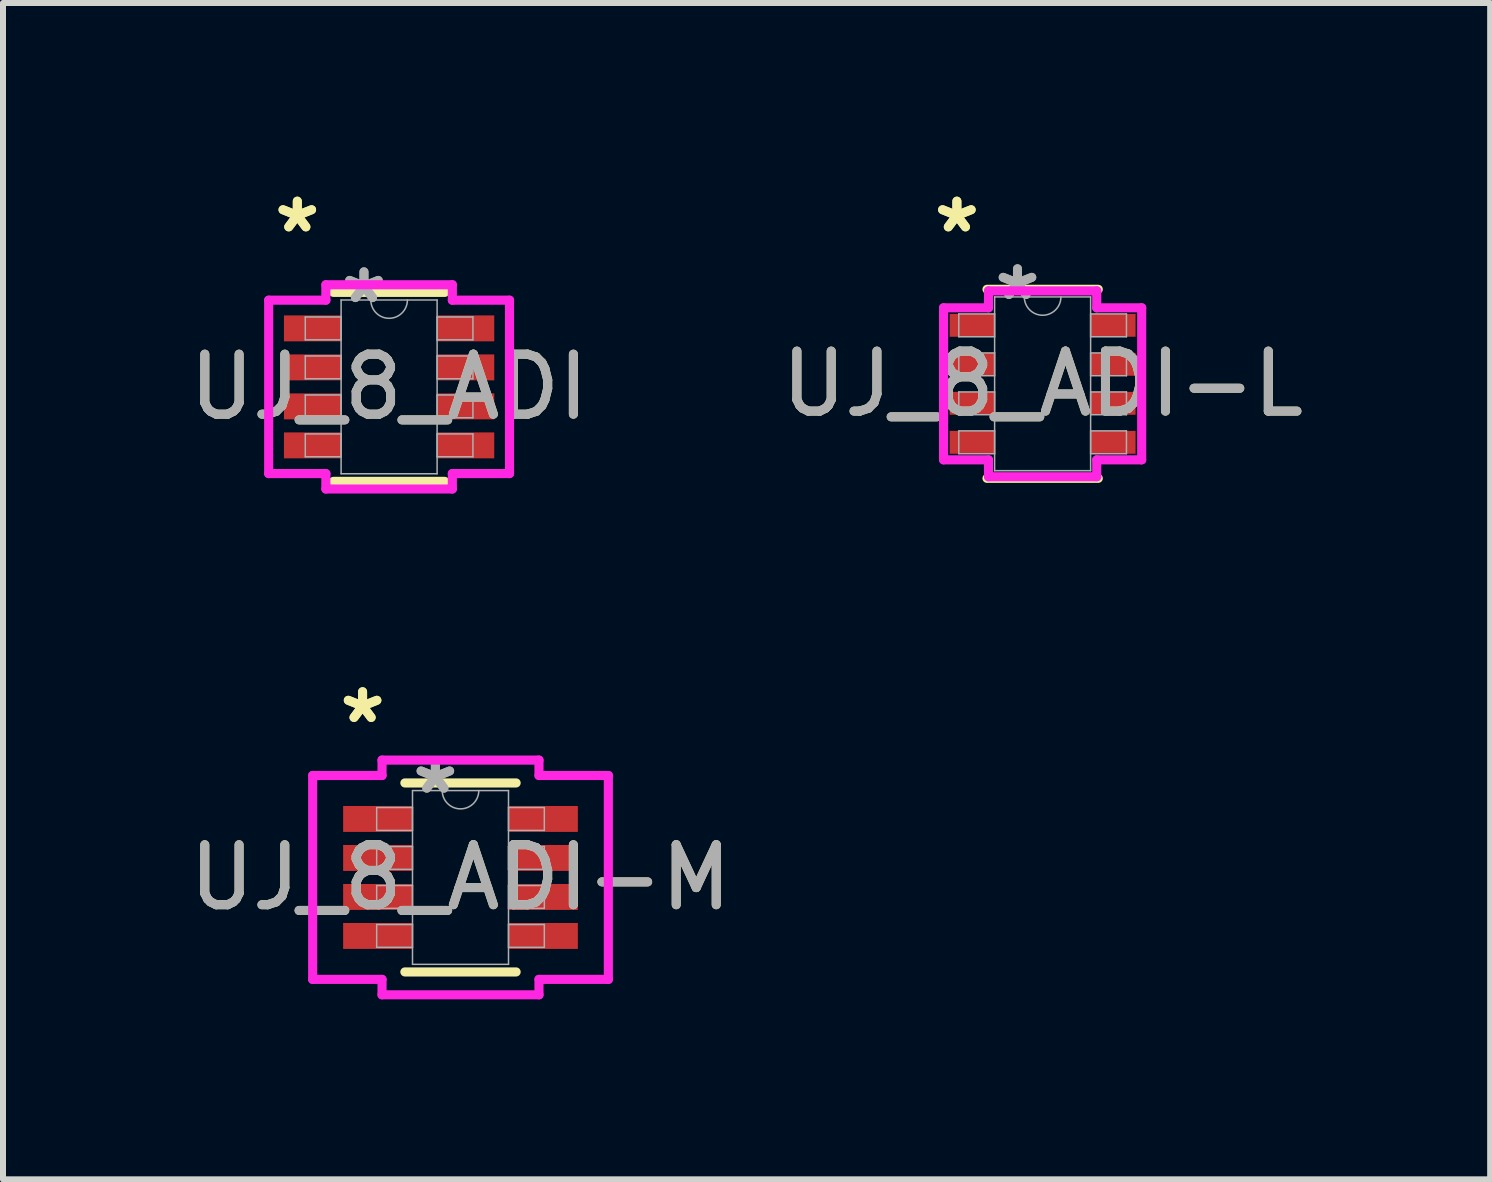
<source format=kicad_pcb>
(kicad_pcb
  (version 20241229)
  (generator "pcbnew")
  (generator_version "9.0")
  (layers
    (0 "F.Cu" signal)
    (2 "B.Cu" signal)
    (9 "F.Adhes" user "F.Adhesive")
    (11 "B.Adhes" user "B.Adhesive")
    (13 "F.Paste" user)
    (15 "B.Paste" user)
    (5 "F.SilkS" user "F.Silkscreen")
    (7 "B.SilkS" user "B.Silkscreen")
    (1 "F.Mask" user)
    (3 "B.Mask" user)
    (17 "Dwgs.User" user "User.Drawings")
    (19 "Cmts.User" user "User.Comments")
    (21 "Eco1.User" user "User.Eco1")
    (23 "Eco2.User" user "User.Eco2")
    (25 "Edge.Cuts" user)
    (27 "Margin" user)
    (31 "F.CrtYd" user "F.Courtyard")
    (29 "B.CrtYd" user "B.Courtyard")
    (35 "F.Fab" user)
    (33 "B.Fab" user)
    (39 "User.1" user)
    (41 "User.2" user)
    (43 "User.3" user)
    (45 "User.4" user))
  (footprint "UJ_8_ADI"
    (layer "F.Cu")
    (at 3.435 3.398)
    (property "Reference" "UJ_8_ADI" (at 0 0 0) (unlocked yes) (layer "F.SilkS") (effects (font (size 1 1) (thickness 0.15))))
    (attr smd)
    (fp_line (start -0.927 1.575) (end 0.927 1.575) (stroke (width 0.152) (type solid)) (layer "F.SilkS"))
    (fp_line (start 0.927 -1.575) (end -0.927 -1.575) (stroke (width 0.152) (type solid)) (layer "F.SilkS"))
    (fp_line (start -2.007 -1.445) (end -1.054 -1.445) (stroke (width 0.152) (type solid)) (layer "F.CrtYd"))
    (fp_line (start -2.007 1.445) (end -2.007 -1.445) (stroke (width 0.152) (type solid)) (layer "F.CrtYd"))
    (fp_line (start -2.007 1.445) (end -1.054 1.445) (stroke (width 0.152) (type solid)) (layer "F.CrtYd"))
    (fp_line (start -1.054 -1.702) (end 1.054 -1.702) (stroke (width 0.152) (type solid)) (layer "F.CrtYd"))
    (fp_line (start -1.054 -1.445) (end -1.054 -1.702) (stroke (width 0.152) (type solid)) (layer "F.CrtYd"))
    (fp_line (start -1.054 1.702) (end -1.054 1.445) (stroke (width 0.152) (type solid)) (layer "F.CrtYd"))
    (fp_line (start 1.054 -1.702) (end 1.054 -1.445) (stroke (width 0.152) (type solid)) (layer "F.CrtYd"))
    (fp_line (start 1.054 1.445) (end 1.054 1.702) (stroke (width 0.152) (type solid)) (layer "F.CrtYd"))
    (fp_line (start 1.054 1.702) (end -1.054 1.702) (stroke (width 0.152) (type solid)) (layer "F.CrtYd"))
    (fp_line (start 2.007 -1.445) (end 1.054 -1.445) (stroke (width 0.152) (type solid)) (layer "F.CrtYd"))
    (fp_line (start 2.007 -1.445) (end 2.007 1.445) (stroke (width 0.152) (type solid)) (layer "F.CrtYd"))
    (fp_line (start 2.007 1.445) (end 1.054 1.445) (stroke (width 0.152) (type solid)) (layer "F.CrtYd"))
    (fp_line (start -1.397 -1.165) (end -1.397 -0.784) (stroke (width 0.025) (type solid)) (layer "F.Fab"))
    (fp_line (start -1.397 -0.784) (end -0.8 -0.784) (stroke (width 0.025) (type solid)) (layer "F.Fab"))
    (fp_line (start -1.397 -0.515) (end -1.397 -0.135) (stroke (width 0.025) (type solid)) (layer "F.Fab"))
    (fp_line (start -1.397 -0.135) (end -0.8 -0.135) (stroke (width 0.025) (type solid)) (layer "F.Fab"))
    (fp_line (start -1.397 0.135) (end -1.397 0.515) (stroke (width 0.025) (type solid)) (layer "F.Fab"))
    (fp_line (start -1.397 0.515) (end -0.8 0.515) (stroke (width 0.025) (type solid)) (layer "F.Fab"))
    (fp_line (start -1.397 0.784) (end -1.397 1.165) (stroke (width 0.025) (type solid)) (layer "F.Fab"))
    (fp_line (start -1.397 1.165) (end -0.8 1.165) (stroke (width 0.025) (type solid)) (layer "F.Fab"))
    (fp_line (start -0.8 -1.448) (end -0.8 1.448) (stroke (width 0.025) (type solid)) (layer "F.Fab"))
    (fp_line (start -0.8 -1.165) (end -1.397 -1.165) (stroke (width 0.025) (type solid)) (layer "F.Fab"))
    (fp_line (start -0.8 -0.784) (end -0.8 -1.165) (stroke (width 0.025) (type solid)) (layer "F.Fab"))
    (fp_line (start -0.8 -0.515) (end -1.397 -0.515) (stroke (width 0.025) (type solid)) (layer "F.Fab"))
    (fp_line (start -0.8 -0.135) (end -0.8 -0.515) (stroke (width 0.025) (type solid)) (layer "F.Fab"))
    (fp_line (start -0.8 0.135) (end -1.397 0.135) (stroke (width 0.025) (type solid)) (layer "F.Fab"))
    (fp_line (start -0.8 0.515) (end -0.8 0.135) (stroke (width 0.025) (type solid)) (layer "F.Fab"))
    (fp_line (start -0.8 0.784) (end -1.397 0.784) (stroke (width 0.025) (type solid)) (layer "F.Fab"))
    (fp_line (start -0.8 1.165) (end -0.8 0.784) (stroke (width 0.025) (type solid)) (layer "F.Fab"))
    (fp_line (start -0.8 1.448) (end 0.8 1.448) (stroke (width 0.025) (type solid)) (layer "F.Fab"))
    (fp_line (start 0.8 -1.448) (end -0.8 -1.448) (stroke (width 0.025) (type solid)) (layer "F.Fab"))
    (fp_line (start 0.8 -1.165) (end 0.8 -0.784) (stroke (width 0.025) (type solid)) (layer "F.Fab"))
    (fp_line (start 0.8 -0.784) (end 1.397 -0.784) (stroke (width 0.025) (type solid)) (layer "F.Fab"))
    (fp_line (start 0.8 -0.515) (end 0.8 -0.135) (stroke (width 0.025) (type solid)) (layer "F.Fab"))
    (fp_line (start 0.8 -0.135) (end 1.397 -0.135) (stroke (width 0.025) (type solid)) (layer "F.Fab"))
    (fp_line (start 0.8 0.135) (end 0.8 0.515) (stroke (width 0.025) (type solid)) (layer "F.Fab"))
    (fp_line (start 0.8 0.515) (end 1.397 0.515) (stroke (width 0.025) (type solid)) (layer "F.Fab"))
    (fp_line (start 0.8 0.784) (end 0.8 1.165) (stroke (width 0.025) (type solid)) (layer "F.Fab"))
    (fp_line (start 0.8 1.165) (end 1.397 1.165) (stroke (width 0.025) (type solid)) (layer "F.Fab"))
    (fp_line (start 0.8 1.448) (end 0.8 -1.448) (stroke (width 0.025) (type solid)) (layer "F.Fab"))
    (fp_line (start 1.397 -1.165) (end 0.8 -1.165) (stroke (width 0.025) (type solid)) (layer "F.Fab"))
    (fp_line (start 1.397 -0.784) (end 1.397 -1.165) (stroke (width 0.025) (type solid)) (layer "F.Fab"))
    (fp_line (start 1.397 -0.515) (end 0.8 -0.515) (stroke (width 0.025) (type solid)) (layer "F.Fab"))
    (fp_line (start 1.397 -0.135) (end 1.397 -0.515) (stroke (width 0.025) (type solid)) (layer "F.Fab"))
    (fp_line (start 1.397 0.135) (end 0.8 0.135) (stroke (width 0.025) (type solid)) (layer "F.Fab"))
    (fp_line (start 1.397 0.515) (end 1.397 0.135) (stroke (width 0.025) (type solid)) (layer "F.Fab"))
    (fp_line (start 1.397 0.784) (end 0.8 0.784) (stroke (width 0.025) (type solid)) (layer "F.Fab"))
    (fp_line (start 1.397 1.165) (end 1.397 0.784) (stroke (width 0.025) (type solid)) (layer "F.Fab"))
    (fp_arc (start 0.3048 -1.4478) (mid 0 -1.143) (end -0.3048 -1.4478) (stroke (width 0.0254) (type solid)) (layer "F.Fab"))
    (fp_text user "*" (at -1.53 -2.55 0) (unlocked yes) (layer "F.SilkS") (effects (font (size 1 1) (thickness 0.15))))
    (fp_text user "*" (at -1.53 -2.55 0) (layer "F.SilkS") (effects (font (size 1 1) (thickness 0.15))))
    (fp_text user "*" (at -0.419 -1.372 0) (unlocked yes) (layer "F.Fab") (effects (font (size 1 1) (thickness 0.15))))
    (fp_text user "*" (at -0.419 -1.372 0) (layer "F.Fab") (effects (font (size 1 1) (thickness 0.15))))
    (fp_text user "${REFERENCE}" (at 0 0 0) (unlocked yes) (layer "F.Fab") (effects (font (size 1 1) (thickness 0.15))))
    (pad "1" smd rect (at -1.276 -0.975) (size 0.953 0.432) (layers "F.Cu" "F.Mask" "F.Paste"))
    (pad "2" smd rect (at -1.276 -0.325) (size 0.953 0.432) (layers "F.Cu" "F.Mask" "F.Paste"))
    (pad "3" smd rect (at -1.276 0.325) (size 0.953 0.432) (layers "F.Cu" "F.Mask" "F.Paste"))
    (pad "4" smd rect (at -1.276 0.975) (size 0.953 0.432) (layers "F.Cu" "F.Mask" "F.Paste"))
    (pad "5" smd rect (at 1.276 0.975) (size 0.953 0.432) (layers "F.Cu" "F.Mask" "F.Paste"))
    (pad "6" smd rect (at 1.276 0.325) (size 0.953 0.432) (layers "F.Cu" "F.Mask" "F.Paste"))
    (pad "7" smd rect (at 1.276 -0.325) (size 0.953 0.432) (layers "F.Cu" "F.Mask" "F.Paste"))
    (pad "8" smd rect (at 1.276 -0.975) (size 0.953 0.432) (layers "F.Cu" "F.Mask" "F.Paste")))
  (footprint "UJ_8_ADI-M"
    (layer "F.Cu")
    (at 4.625 11.574)
    (property "Reference" "UJ_8_ADI-M" (at 0 0 0) (unlocked yes) (layer "F.SilkS") (effects (font (size 1 1) (thickness 0.15))))
    (attr smd)
    (fp_line (start -0.927 1.575) (end 0.927 1.575) (stroke (width 0.152) (type solid)) (layer "F.SilkS"))
    (fp_line (start 0.927 -1.575) (end -0.927 -1.575) (stroke (width 0.152) (type solid)) (layer "F.SilkS"))
    (fp_line (start -2.464 -1.699) (end -1.308 -1.699) (stroke (width 0.152) (type solid)) (layer "F.CrtYd"))
    (fp_line (start -2.464 1.699) (end -2.464 -1.699) (stroke (width 0.152) (type solid)) (layer "F.CrtYd"))
    (fp_line (start -2.464 1.699) (end -1.308 1.699) (stroke (width 0.152) (type solid)) (layer "F.CrtYd"))
    (fp_line (start -1.308 -1.956) (end 1.308 -1.956) (stroke (width 0.152) (type solid)) (layer "F.CrtYd"))
    (fp_line (start -1.308 -1.699) (end -1.308 -1.956) (stroke (width 0.152) (type solid)) (layer "F.CrtYd"))
    (fp_line (start -1.308 1.956) (end -1.308 1.699) (stroke (width 0.152) (type solid)) (layer "F.CrtYd"))
    (fp_line (start 1.308 -1.956) (end 1.308 -1.699) (stroke (width 0.152) (type solid)) (layer "F.CrtYd"))
    (fp_line (start 1.308 1.699) (end 1.308 1.956) (stroke (width 0.152) (type solid)) (layer "F.CrtYd"))
    (fp_line (start 1.308 1.956) (end -1.308 1.956) (stroke (width 0.152) (type solid)) (layer "F.CrtYd"))
    (fp_line (start 2.464 -1.699) (end 1.308 -1.699) (stroke (width 0.152) (type solid)) (layer "F.CrtYd"))
    (fp_line (start 2.464 -1.699) (end 2.464 1.699) (stroke (width 0.152) (type solid)) (layer "F.CrtYd"))
    (fp_line (start 2.464 1.699) (end 1.308 1.699) (stroke (width 0.152) (type solid)) (layer "F.CrtYd"))
    (fp_line (start -1.397 -1.165) (end -1.397 -0.784) (stroke (width 0.025) (type solid)) (layer "F.Fab"))
    (fp_line (start -1.397 -0.784) (end -0.8 -0.784) (stroke (width 0.025) (type solid)) (layer "F.Fab"))
    (fp_line (start -1.397 -0.515) (end -1.397 -0.135) (stroke (width 0.025) (type solid)) (layer "F.Fab"))
    (fp_line (start -1.397 -0.135) (end -0.8 -0.135) (stroke (width 0.025) (type solid)) (layer "F.Fab"))
    (fp_line (start -1.397 0.135) (end -1.397 0.515) (stroke (width 0.025) (type solid)) (layer "F.Fab"))
    (fp_line (start -1.397 0.515) (end -0.8 0.515) (stroke (width 0.025) (type solid)) (layer "F.Fab"))
    (fp_line (start -1.397 0.784) (end -1.397 1.165) (stroke (width 0.025) (type solid)) (layer "F.Fab"))
    (fp_line (start -1.397 1.165) (end -0.8 1.165) (stroke (width 0.025) (type solid)) (layer "F.Fab"))
    (fp_line (start -0.8 -1.448) (end -0.8 1.448) (stroke (width 0.025) (type solid)) (layer "F.Fab"))
    (fp_line (start -0.8 -1.165) (end -1.397 -1.165) (stroke (width 0.025) (type solid)) (layer "F.Fab"))
    (fp_line (start -0.8 -0.784) (end -0.8 -1.165) (stroke (width 0.025) (type solid)) (layer "F.Fab"))
    (fp_line (start -0.8 -0.515) (end -1.397 -0.515) (stroke (width 0.025) (type solid)) (layer "F.Fab"))
    (fp_line (start -0.8 -0.135) (end -0.8 -0.515) (stroke (width 0.025) (type solid)) (layer "F.Fab"))
    (fp_line (start -0.8 0.135) (end -1.397 0.135) (stroke (width 0.025) (type solid)) (layer "F.Fab"))
    (fp_line (start -0.8 0.515) (end -0.8 0.135) (stroke (width 0.025) (type solid)) (layer "F.Fab"))
    (fp_line (start -0.8 0.784) (end -1.397 0.784) (stroke (width 0.025) (type solid)) (layer "F.Fab"))
    (fp_line (start -0.8 1.165) (end -0.8 0.784) (stroke (width 0.025) (type solid)) (layer "F.Fab"))
    (fp_line (start -0.8 1.448) (end 0.8 1.448) (stroke (width 0.025) (type solid)) (layer "F.Fab"))
    (fp_line (start 0.8 -1.448) (end -0.8 -1.448) (stroke (width 0.025) (type solid)) (layer "F.Fab"))
    (fp_line (start 0.8 -1.165) (end 0.8 -0.784) (stroke (width 0.025) (type solid)) (layer "F.Fab"))
    (fp_line (start 0.8 -0.784) (end 1.397 -0.784) (stroke (width 0.025) (type solid)) (layer "F.Fab"))
    (fp_line (start 0.8 -0.515) (end 0.8 -0.135) (stroke (width 0.025) (type solid)) (layer "F.Fab"))
    (fp_line (start 0.8 -0.135) (end 1.397 -0.135) (stroke (width 0.025) (type solid)) (layer "F.Fab"))
    (fp_line (start 0.8 0.135) (end 0.8 0.515) (stroke (width 0.025) (type solid)) (layer "F.Fab"))
    (fp_line (start 0.8 0.515) (end 1.397 0.515) (stroke (width 0.025) (type solid)) (layer "F.Fab"))
    (fp_line (start 0.8 0.784) (end 0.8 1.165) (stroke (width 0.025) (type solid)) (layer "F.Fab"))
    (fp_line (start 0.8 1.165) (end 1.397 1.165) (stroke (width 0.025) (type solid)) (layer "F.Fab"))
    (fp_line (start 0.8 1.448) (end 0.8 -1.448) (stroke (width 0.025) (type solid)) (layer "F.Fab"))
    (fp_line (start 1.397 -1.165) (end 0.8 -1.165) (stroke (width 0.025) (type solid)) (layer "F.Fab"))
    (fp_line (start 1.397 -0.784) (end 1.397 -1.165) (stroke (width 0.025) (type solid)) (layer "F.Fab"))
    (fp_line (start 1.397 -0.515) (end 0.8 -0.515) (stroke (width 0.025) (type solid)) (layer "F.Fab"))
    (fp_line (start 1.397 -0.135) (end 1.397 -0.515) (stroke (width 0.025) (type solid)) (layer "F.Fab"))
    (fp_line (start 1.397 0.135) (end 0.8 0.135) (stroke (width 0.025) (type solid)) (layer "F.Fab"))
    (fp_line (start 1.397 0.515) (end 1.397 0.135) (stroke (width 0.025) (type solid)) (layer "F.Fab"))
    (fp_line (start 1.397 0.784) (end 0.8 0.784) (stroke (width 0.025) (type solid)) (layer "F.Fab"))
    (fp_line (start 1.397 1.165) (end 1.397 0.784) (stroke (width 0.025) (type solid)) (layer "F.Fab"))
    (fp_arc (start 0.3048 -1.4478) (mid 0 -1.143) (end -0.3048 -1.4478) (stroke (width 0.0254) (type solid)) (layer "F.Fab"))
    (fp_text user "*" (at -1.632 -2.55 0) (unlocked yes) (layer "F.SilkS") (effects (font (size 1 1) (thickness 0.15))))
    (fp_text user "*" (at -1.632 -2.55 0) (layer "F.SilkS") (effects (font (size 1 1) (thickness 0.15))))
    (fp_text user "*" (at -0.419 -1.372 0) (layer "F.Fab") (effects (font (size 1 1) (thickness 0.15))))
    (fp_text user "*" (at -0.419 -1.372 0) (unlocked yes) (layer "F.Fab") (effects (font (size 1 1) (thickness 0.15))))
    (fp_text user "${REFERENCE}" (at 0 0 0) (unlocked yes) (layer "F.Fab") (effects (font (size 1 1) (thickness 0.15))))
    (pad "1" smd rect (at -1.378 -0.975) (size 1.156 0.432) (layers "F.Cu" "F.Mask" "F.Paste"))
    (pad "2" smd rect (at -1.378 -0.325) (size 1.156 0.432) (layers "F.Cu" "F.Mask" "F.Paste"))
    (pad "3" smd rect (at -1.378 0.325) (size 1.156 0.432) (layers "F.Cu" "F.Mask" "F.Paste"))
    (pad "4" smd rect (at -1.378 0.975) (size 1.156 0.432) (layers "F.Cu" "F.Mask" "F.Paste"))
    (pad "5" smd rect (at 1.378 0.975) (size 1.156 0.432) (layers "F.Cu" "F.Mask" "F.Paste"))
    (pad "6" smd rect (at 1.378 0.325) (size 1.156 0.432) (layers "F.Cu" "F.Mask" "F.Paste"))
    (pad "7" smd rect (at 1.378 -0.325) (size 1.156 0.432) (layers "F.Cu" "F.Mask" "F.Paste"))
    (pad "8" smd rect (at 1.378 -0.975) (size 1.156 0.432) (layers "F.Cu" "F.Mask" "F.Paste")))
  (footprint "UJ_8_ADI-L"
    (layer "F.Cu")
    (at 14.327 3.347)
    (property "Reference" "UJ_8_ADI-L" (at 0 0 0) (unlocked yes) (layer "F.SilkS") (effects (font (size 1 1) (thickness 0.15))))
    (attr smd)
    (fp_line (start -0.927 1.575) (end 0.927 1.575) (stroke (width 0.152) (type solid)) (layer "F.SilkS"))
    (fp_line (start 0.927 -1.575) (end -0.927 -1.575) (stroke (width 0.152) (type solid)) (layer "F.SilkS"))
    (fp_line (start -1.651 -1.267) (end -0.902 -1.267) (stroke (width 0.152) (type solid)) (layer "F.CrtYd"))
    (fp_line (start -1.651 1.267) (end -1.651 -1.267) (stroke (width 0.152) (type solid)) (layer "F.CrtYd"))
    (fp_line (start -1.651 1.267) (end -0.902 1.267) (stroke (width 0.152) (type solid)) (layer "F.CrtYd"))
    (fp_line (start -0.902 -1.549) (end 0.902 -1.549) (stroke (width 0.152) (type solid)) (layer "F.CrtYd"))
    (fp_line (start -0.902 -1.267) (end -0.902 -1.549) (stroke (width 0.152) (type solid)) (layer "F.CrtYd"))
    (fp_line (start -0.902 1.549) (end -0.902 1.267) (stroke (width 0.152) (type solid)) (layer "F.CrtYd"))
    (fp_line (start 0.902 -1.549) (end 0.902 -1.267) (stroke (width 0.152) (type solid)) (layer "F.CrtYd"))
    (fp_line (start 0.902 1.267) (end 0.902 1.549) (stroke (width 0.152) (type solid)) (layer "F.CrtYd"))
    (fp_line (start 0.902 1.549) (end -0.902 1.549) (stroke (width 0.152) (type solid)) (layer "F.CrtYd"))
    (fp_line (start 1.651 -1.267) (end 0.902 -1.267) (stroke (width 0.152) (type solid)) (layer "F.CrtYd"))
    (fp_line (start 1.651 -1.267) (end 1.651 1.267) (stroke (width 0.152) (type solid)) (layer "F.CrtYd"))
    (fp_line (start 1.651 1.267) (end 0.902 1.267) (stroke (width 0.152) (type solid)) (layer "F.CrtYd"))
    (fp_line (start -1.397 -1.165) (end -1.397 -0.784) (stroke (width 0.025) (type solid)) (layer "F.Fab"))
    (fp_line (start -1.397 -0.784) (end -0.8 -0.784) (stroke (width 0.025) (type solid)) (layer "F.Fab"))
    (fp_line (start -1.397 -0.515) (end -1.397 -0.135) (stroke (width 0.025) (type solid)) (layer "F.Fab"))
    (fp_line (start -1.397 -0.135) (end -0.8 -0.135) (stroke (width 0.025) (type solid)) (layer "F.Fab"))
    (fp_line (start -1.397 0.135) (end -1.397 0.515) (stroke (width 0.025) (type solid)) (layer "F.Fab"))
    (fp_line (start -1.397 0.515) (end -0.8 0.515) (stroke (width 0.025) (type solid)) (layer "F.Fab"))
    (fp_line (start -1.397 0.784) (end -1.397 1.165) (stroke (width 0.025) (type solid)) (layer "F.Fab"))
    (fp_line (start -1.397 1.165) (end -0.8 1.165) (stroke (width 0.025) (type solid)) (layer "F.Fab"))
    (fp_line (start -0.8 -1.448) (end -0.8 1.448) (stroke (width 0.025) (type solid)) (layer "F.Fab"))
    (fp_line (start -0.8 -1.165) (end -1.397 -1.165) (stroke (width 0.025) (type solid)) (layer "F.Fab"))
    (fp_line (start -0.8 -0.784) (end -0.8 -1.165) (stroke (width 0.025) (type solid)) (layer "F.Fab"))
    (fp_line (start -0.8 -0.515) (end -1.397 -0.515) (stroke (width 0.025) (type solid)) (layer "F.Fab"))
    (fp_line (start -0.8 -0.135) (end -0.8 -0.515) (stroke (width 0.025) (type solid)) (layer "F.Fab"))
    (fp_line (start -0.8 0.135) (end -1.397 0.135) (stroke (width 0.025) (type solid)) (layer "F.Fab"))
    (fp_line (start -0.8 0.515) (end -0.8 0.135) (stroke (width 0.025) (type solid)) (layer "F.Fab"))
    (fp_line (start -0.8 0.784) (end -1.397 0.784) (stroke (width 0.025) (type solid)) (layer "F.Fab"))
    (fp_line (start -0.8 1.165) (end -0.8 0.784) (stroke (width 0.025) (type solid)) (layer "F.Fab"))
    (fp_line (start -0.8 1.448) (end 0.8 1.448) (stroke (width 0.025) (type solid)) (layer "F.Fab"))
    (fp_line (start 0.8 -1.448) (end -0.8 -1.448) (stroke (width 0.025) (type solid)) (layer "F.Fab"))
    (fp_line (start 0.8 -1.165) (end 0.8 -0.784) (stroke (width 0.025) (type solid)) (layer "F.Fab"))
    (fp_line (start 0.8 -0.784) (end 1.397 -0.784) (stroke (width 0.025) (type solid)) (layer "F.Fab"))
    (fp_line (start 0.8 -0.515) (end 0.8 -0.135) (stroke (width 0.025) (type solid)) (layer "F.Fab"))
    (fp_line (start 0.8 -0.135) (end 1.397 -0.135) (stroke (width 0.025) (type solid)) (layer "F.Fab"))
    (fp_line (start 0.8 0.135) (end 0.8 0.515) (stroke (width 0.025) (type solid)) (layer "F.Fab"))
    (fp_line (start 0.8 0.515) (end 1.397 0.515) (stroke (width 0.025) (type solid)) (layer "F.Fab"))
    (fp_line (start 0.8 0.784) (end 0.8 1.165) (stroke (width 0.025) (type solid)) (layer "F.Fab"))
    (fp_line (start 0.8 1.165) (end 1.397 1.165) (stroke (width 0.025) (type solid)) (layer "F.Fab"))
    (fp_line (start 0.8 1.448) (end 0.8 -1.448) (stroke (width 0.025) (type solid)) (layer "F.Fab"))
    (fp_line (start 1.397 -1.165) (end 0.8 -1.165) (stroke (width 0.025) (type solid)) (layer "F.Fab"))
    (fp_line (start 1.397 -0.784) (end 1.397 -1.165) (stroke (width 0.025) (type solid)) (layer "F.Fab"))
    (fp_line (start 1.397 -0.515) (end 0.8 -0.515) (stroke (width 0.025) (type solid)) (layer "F.Fab"))
    (fp_line (start 1.397 -0.135) (end 1.397 -0.515) (stroke (width 0.025) (type solid)) (layer "F.Fab"))
    (fp_line (start 1.397 0.135) (end 0.8 0.135) (stroke (width 0.025) (type solid)) (layer "F.Fab"))
    (fp_line (start 1.397 0.515) (end 1.397 0.135) (stroke (width 0.025) (type solid)) (layer "F.Fab"))
    (fp_line (start 1.397 0.784) (end 0.8 0.784) (stroke (width 0.025) (type solid)) (layer "F.Fab"))
    (fp_line (start 1.397 1.165) (end 1.397 0.784) (stroke (width 0.025) (type solid)) (layer "F.Fab"))
    (fp_arc (start 0.3048 -1.4478) (mid 0 -1.143) (end -0.3048 -1.4478) (stroke (width 0.0254) (type solid)) (layer "F.Fab"))
    (fp_text user "*" (at -1.429 -2.499 0) (unlocked yes) (layer "F.SilkS") (effects (font (size 1 1) (thickness 0.15))))
    (fp_text user "*" (at -1.429 -2.499 0) (layer "F.SilkS") (effects (font (size 1 1) (thickness 0.15))))
    (fp_text user "${REFERENCE}" (at 0 0 0) (unlocked yes) (layer "F.Fab") (effects (font (size 1 1) (thickness 0.15))))
    (fp_text user "*" (at -0.419 -1.372 0) (unlocked yes) (layer "F.Fab") (effects (font (size 1 1) (thickness 0.15))))
    (fp_text user "*" (at -0.419 -1.372 0) (layer "F.Fab") (effects (font (size 1 1) (thickness 0.15))))
    (pad "1" smd rect (at -1.175 -0.975) (size 0.749 0.381) (layers "F.Cu" "F.Mask" "F.Paste"))
    (pad "2" smd rect (at -1.175 -0.325) (size 0.749 0.381) (layers "F.Cu" "F.Mask" "F.Paste"))
    (pad "3" smd rect (at -1.175 0.325) (size 0.749 0.381) (layers "F.Cu" "F.Mask" "F.Paste"))
    (pad "4" smd rect (at -1.175 0.975) (size 0.749 0.381) (layers "F.Cu" "F.Mask" "F.Paste"))
    (pad "5" smd rect (at 1.175 0.975) (size 0.749 0.381) (layers "F.Cu" "F.Mask" "F.Paste"))
    (pad "6" smd rect (at 1.175 0.325) (size 0.749 0.381) (layers "F.Cu" "F.Mask" "F.Paste"))
    (pad "7" smd rect (at 1.175 -0.325) (size 0.749 0.381) (layers "F.Cu" "F.Mask" "F.Paste"))
    (pad "8" smd rect (at 1.175 -0.975) (size 0.749 0.381) (layers "F.Cu" "F.Mask" "F.Paste")))
  (gr_rect
    (start -3 -3)
    (end 21.786 16.606)
    (stroke (width 0.1) (type default))
    (fill no)
    (layer "Edge.Cuts")))
</source>
